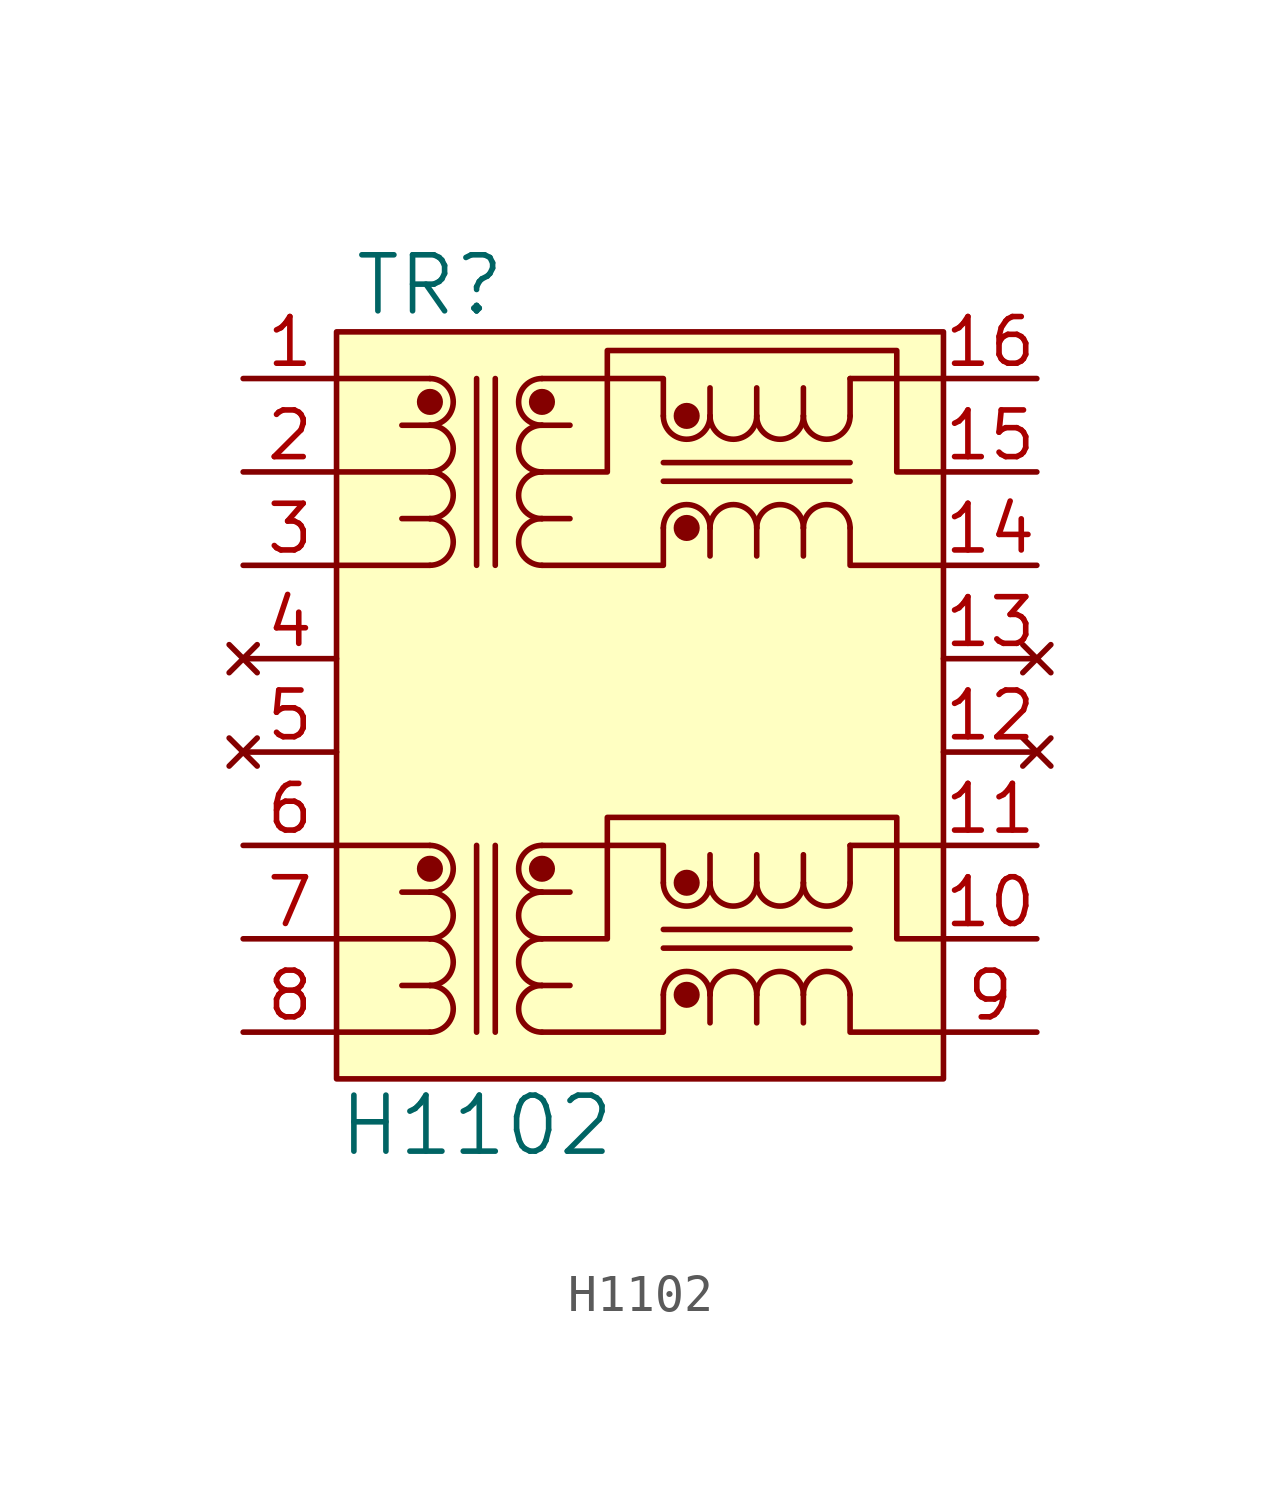
<source format=kicad_sym>
(kicad_symbol_lib
  (version 20231120)
  (generator "kicad_symbol_editor")
  (generator_version "8.0")
  (symbol "H1102"
    (pin_names
      (offset 1.016))
    (property "Reference" "TR"
      (at 2.54 21.59 0)
      (effects (font (size 1.524 1.524))))
    (property "Value" "H1102"
      (at 3.81 -1.27 0)
      (effects (font (size 1.524 1.524))))
    (symbol "H1102_1_1"
      (polyline (pts (xy 0 1.27) (xy 2.54 1.27)) (stroke (width 0) (type default)) (fill (type none)))
      (polyline (pts (xy 0 3.81) (xy 2.54 3.81)) (stroke (width 0) (type default)) (fill (type none)))
      (polyline (pts (xy 0 6.35) (xy 2.54 6.35)) (stroke (width 0) (type default)) (fill (type none)))
      (polyline (pts (xy 0 13.97) (xy 2.54 13.97)) (stroke (width 0) (type default)) (fill (type none)))
      (polyline (pts (xy 0 16.51) (xy 2.54 16.51)) (stroke (width 0) (type default)) (fill (type none)))
      (polyline (pts (xy 0 19.05) (xy 2.54 19.05)) (stroke (width 0) (type default)) (fill (type none)))
      (polyline (pts (xy 2.54 2.54) (xy 1.778 2.54)) (stroke (width 0) (type default)) (fill (type none)))
      (polyline (pts (xy 2.54 5.08) (xy 1.778 5.08)) (stroke (width 0) (type default)) (fill (type none)))
      (polyline (pts (xy 2.54 15.24) (xy 1.778 15.24)) (stroke (width 0) (type default)) (fill (type none)))
      (polyline (pts (xy 2.54 17.78) (xy 1.778 17.78)) (stroke (width 0) (type default)) (fill (type none)))
      (polyline (pts (xy 3.81 6.35) (xy 3.81 1.27)) (stroke (width 0) (type default)) (fill (type none)))
      (polyline (pts (xy 3.81 19.05) (xy 3.81 13.97)) (stroke (width 0) (type default)) (fill (type none)))
      (polyline (pts (xy 4.318 1.27) (xy 4.318 6.35)) (stroke (width 0) (type default)) (fill (type none)))
      (polyline (pts (xy 4.318 13.97) (xy 4.318 19.05)) (stroke (width 0) (type default)) (fill (type none)))
      (polyline (pts (xy 5.588 2.54) (xy 6.35 2.54)) (stroke (width 0) (type default)) (fill (type none)))
      (polyline (pts (xy 5.588 5.08) (xy 6.35 5.08)) (stroke (width 0) (type default)) (fill (type none)))
      (polyline (pts (xy 5.588 15.24) (xy 6.35 15.24)) (stroke (width 0) (type default)) (fill (type none)))
      (polyline (pts (xy 5.588 17.78) (xy 6.35 17.78)) (stroke (width 0) (type default)) (fill (type none)))
      (polyline (pts (xy 8.89 3.556) (xy 13.97 3.556)) (stroke (width 0) (type default)) (fill (type none)))
      (polyline (pts (xy 8.89 16.256) (xy 13.97 16.256)) (stroke (width 0) (type default)) (fill (type none)))
      (polyline (pts (xy 10.16 2.286) (xy 10.16 1.524)) (stroke (width 0) (type default)) (fill (type none)))
      (polyline (pts (xy 10.16 5.334) (xy 10.16 6.096)) (stroke (width 0) (type default)) (fill (type none)))
      (polyline (pts (xy 10.16 14.986) (xy 10.16 14.224)) (stroke (width 0) (type default)) (fill (type none)))
      (polyline (pts (xy 10.16 18.034) (xy 10.16 18.796)) (stroke (width 0) (type default)) (fill (type none)))
      (polyline (pts (xy 11.43 2.286) (xy 11.43 1.524)) (stroke (width 0) (type default)) (fill (type none)))
      (polyline (pts (xy 11.43 5.334) (xy 11.43 6.096)) (stroke (width 0) (type default)) (fill (type none)))
      (polyline (pts (xy 11.43 14.986) (xy 11.43 14.224)) (stroke (width 0) (type default)) (fill (type none)))
      (polyline (pts (xy 11.43 18.034) (xy 11.43 18.796)) (stroke (width 0) (type default)) (fill (type none)))
      (polyline (pts (xy 12.7 2.286) (xy 12.7 1.524)) (stroke (width 0) (type default)) (fill (type none)))
      (polyline (pts (xy 12.7 5.334) (xy 12.7 6.096)) (stroke (width 0) (type default)) (fill (type none)))
      (polyline (pts (xy 12.7 14.986) (xy 12.7 14.224)) (stroke (width 0) (type default)) (fill (type none)))
      (polyline (pts (xy 12.7 18.034) (xy 12.7 18.796)) (stroke (width 0) (type default)) (fill (type none)))
      (polyline (pts (xy 13.97 4.064) (xy 8.89 4.064)) (stroke (width 0) (type default)) (fill (type none)))
      (polyline (pts (xy 13.97 6.35) (xy 13.97 5.334)) (stroke (width 0) (type default)) (fill (type none)))
      (polyline (pts (xy 13.97 6.35) (xy 16.51 6.35)) (stroke (width 0) (type default)) (fill (type none)))
      (polyline (pts (xy 13.97 16.764) (xy 8.89 16.764)) (stroke (width 0) (type default)) (fill (type none)))
      (polyline (pts (xy 13.97 19.05) (xy 13.97 18.034)) (stroke (width 0) (type default)) (fill (type none)))
      (polyline (pts (xy 13.97 19.05) (xy 16.51 19.05)) (stroke (width 0) (type default)) (fill (type none)))
      (polyline (pts (xy 5.588 1.27) (xy 8.89 1.27) (xy 8.89 2.286)) (stroke (width 0) (type default)) (fill (type none)))
      (polyline (pts (xy 5.588 13.97) (xy 8.89 13.97) (xy 8.89 14.986)) (stroke (width 0) (type default)) (fill (type none)))
      (polyline (pts (xy 8.89 5.334) (xy 8.89 6.35) (xy 5.588 6.35)) (stroke (width 0) (type default)) (fill (type none)))
      (polyline (pts (xy 8.89 18.034) (xy 8.89 19.05) (xy 5.588 19.05)) (stroke (width 0) (type default)) (fill (type none)))
      (polyline (pts (xy 16.51 1.27) (xy 13.97 1.27) (xy 13.97 2.286)) (stroke (width 0) (type default)) (fill (type none)))
      (polyline (pts (xy 16.51 13.97) (xy 13.97 13.97) (xy 13.97 14.986)) (stroke (width 0) (type default)) (fill (type none)))
      (polyline (pts (xy 16.51 3.81) (xy 15.24 3.81) (xy 15.24 7.112) (xy 7.366 7.112) (xy 7.366 3.81) (xy 5.588 3.81)) (stroke (width 0) (type default)) (fill (type none)))
      (polyline (pts (xy 16.51 16.51) (xy 15.24 16.51) (xy 15.24 19.812) (xy 7.366 19.812) (xy 7.366 16.51) (xy 5.588 16.51)) (stroke (width 0) (type default)) (fill (type none)))
      (rectangle (start 0 0) (end 16.51 20.32) (stroke (width 0) (type default)) (fill (type background)))
      (arc (start 2.54 1.27) (mid 3.1722 1.905) (end 2.54 2.54) (stroke (width 0) (type default)) (fill (type none)))
      (arc (start 2.54 2.54) (mid 3.1722 3.175) (end 2.54 3.81) (stroke (width 0) (type default)) (fill (type none)))
      (arc (start 2.54 3.81) (mid 3.1722 4.445) (end 2.54 5.08) (stroke (width 0) (type default)) (fill (type none)))
      (arc (start 2.54 5.08) (mid 3.1722 5.715) (end 2.54 6.35) (stroke (width 0) (type default)) (fill (type none)))
      (circle (center 2.54 5.715) (radius 0.279) (stroke (width 0) (type default)) (fill (type outline)))
      (arc (start 2.54 13.97) (mid 3.1722 14.605) (end 2.54 15.24) (stroke (width 0) (type default)) (fill (type none)))
      (arc (start 2.54 15.24) (mid 3.1722 15.875) (end 2.54 16.51) (stroke (width 0) (type default)) (fill (type none)))
      (arc (start 2.54 16.51) (mid 3.1722 17.145) (end 2.54 17.78) (stroke (width 0) (type default)) (fill (type none)))
      (arc (start 2.54 17.78) (mid 3.1722 18.415) (end 2.54 19.05) (stroke (width 0) (type default)) (fill (type none)))
      (circle (center 2.54 18.415) (radius 0.279) (stroke (width 0) (type default)) (fill (type outline)))
      (arc (start 5.588 2.54) (mid 4.9557 1.905) (end 5.588 1.27) (stroke (width 0) (type default)) (fill (type none)))
      (arc (start 5.588 3.81) (mid 4.9557 3.175) (end 5.588 2.54) (stroke (width 0) (type default)) (fill (type none)))
      (arc (start 5.588 5.08) (mid 4.9557 4.445) (end 5.588 3.81) (stroke (width 0) (type default)) (fill (type none)))
      (circle (center 5.588 5.715) (radius 0.279) (stroke (width 0) (type default)) (fill (type outline)))
      (arc (start 5.588 6.35) (mid 4.9557 5.715) (end 5.588 5.08) (stroke (width 0) (type default)) (fill (type none)))
      (arc (start 5.588 15.24) (mid 4.9557 14.605) (end 5.588 13.97) (stroke (width 0) (type default)) (fill (type none)))
      (arc (start 5.588 16.51) (mid 4.9557 15.875) (end 5.588 15.24) (stroke (width 0) (type default)) (fill (type none)))
      (arc (start 5.588 17.78) (mid 4.9557 17.145) (end 5.588 16.51) (stroke (width 0) (type default)) (fill (type none)))
      (circle (center 5.588 18.415) (radius 0.279) (stroke (width 0) (type default)) (fill (type outline)))
      (arc (start 5.588 19.05) (mid 4.9557 18.415) (end 5.588 17.78) (stroke (width 0) (type default)) (fill (type none)))
      (arc (start 8.89 5.334) (mid 9.525 4.7017) (end 10.16 5.334) (stroke (width 0) (type default)) (fill (type none)))
      (arc (start 8.89 18.034) (mid 9.525 17.4017) (end 10.16 18.034) (stroke (width 0) (type default)) (fill (type none)))
      (circle (center 9.525 2.286) (radius 0.279) (stroke (width 0) (type default)) (fill (type outline)))
      (circle (center 9.525 5.334) (radius 0.279) (stroke (width 0) (type default)) (fill (type outline)))
      (circle (center 9.525 14.986) (radius 0.279) (stroke (width 0) (type default)) (fill (type outline)))
      (circle (center 9.525 18.034) (radius 0.279) (stroke (width 0) (type default)) (fill (type outline)))
      (arc (start 10.16 2.286) (mid 9.525 2.9182) (end 8.89 2.286) (stroke (width 0) (type default)) (fill (type none)))
      (arc (start 10.16 5.334) (mid 10.795 4.7017) (end 11.43 5.334) (stroke (width 0) (type default)) (fill (type none)))
      (arc (start 10.16 14.986) (mid 9.525 15.6182) (end 8.89 14.986) (stroke (width 0) (type default)) (fill (type none)))
      (arc (start 10.16 18.034) (mid 10.795 17.4017) (end 11.43 18.034) (stroke (width 0) (type default)) (fill (type none)))
      (arc (start 11.43 2.286) (mid 10.795 2.9182) (end 10.16 2.286) (stroke (width 0) (type default)) (fill (type none)))
      (arc (start 11.43 5.334) (mid 12.065 4.7017) (end 12.7 5.334) (stroke (width 0) (type default)) (fill (type none)))
      (arc (start 11.43 14.986) (mid 10.795 15.6182) (end 10.16 14.986) (stroke (width 0) (type default)) (fill (type none)))
      (arc (start 11.43 18.034) (mid 12.065 17.4017) (end 12.7 18.034) (stroke (width 0) (type default)) (fill (type none)))
      (arc (start 12.7 2.286) (mid 12.065 2.9182) (end 11.43 2.286) (stroke (width 0) (type default)) (fill (type none)))
      (arc (start 12.7 5.334) (mid 13.335 4.7017) (end 13.97 5.334) (stroke (width 0) (type default)) (fill (type none)))
      (arc (start 12.7 14.986) (mid 12.065 15.6182) (end 11.43 14.986) (stroke (width 0) (type default)) (fill (type none)))
      (arc (start 12.7 18.034) (mid 13.335 17.4017) (end 13.97 18.034) (stroke (width 0) (type default)) (fill (type none)))
      (arc (start 13.97 2.286) (mid 13.335 2.9182) (end 12.7 2.286) (stroke (width 0) (type default)) (fill (type none)))
      (arc (start 13.97 14.986) (mid 13.335 15.6182) (end 12.7 14.986) (stroke (width 0) (type default)) (fill (type none)))
      (pin bidirectional line (at -2.54 19.05 0) (length 2.54) (name "~" (effects (font (size 1.27 1.27)))) (number "1" (effects (font (size 1.27 1.27)))))
      (pin bidirectional line (at 19.05 3.81 180) (length 2.54) (name "~" (effects (font (size 1.27 1.27)))) (number "10" (effects (font (size 1.27 1.27)))))
      (pin bidirectional line (at 19.05 6.35 180) (length 2.54) (name "~" (effects (font (size 1.27 1.27)))) (number "11" (effects (font (size 1.27 1.27)))))
      (pin no_connect line (at 19.05 8.89 180) (length 2.54) (name "~" (effects (font (size 1.27 1.27)))) (number "12" (effects (font (size 1.27 1.27)))))
      (pin no_connect line (at 19.05 11.43 180) (length 2.54) (name "~" (effects (font (size 1.27 1.27)))) (number "13" (effects (font (size 1.27 1.27)))))
      (pin bidirectional line (at 19.05 13.97 180) (length 2.54) (name "~" (effects (font (size 1.27 1.27)))) (number "14" (effects (font (size 1.27 1.27)))))
      (pin bidirectional line (at 19.05 16.51 180) (length 2.54) (name "~" (effects (font (size 1.27 1.27)))) (number "15" (effects (font (size 1.27 1.27)))))
      (pin bidirectional line (at 19.05 19.05 180) (length 2.54) (name "~" (effects (font (size 1.27 1.27)))) (number "16" (effects (font (size 1.27 1.27)))))
      (pin bidirectional line (at -2.54 16.51 0) (length 2.54) (name "~" (effects (font (size 1.27 1.27)))) (number "2" (effects (font (size 1.27 1.27)))))
      (pin bidirectional line (at -2.54 13.97 0) (length 2.54) (name "~" (effects (font (size 1.27 1.27)))) (number "3" (effects (font (size 1.27 1.27)))))
      (pin no_connect line (at -2.54 11.43 0) (length 2.54) (name "~" (effects (font (size 1.27 1.27)))) (number "4" (effects (font (size 1.27 1.27)))))
      (pin no_connect line (at -2.54 8.89 0) (length 2.54) (name "~" (effects (font (size 1.27 1.27)))) (number "5" (effects (font (size 1.27 1.27)))))
      (pin bidirectional line (at -2.54 6.35 0) (length 2.54) (name "~" (effects (font (size 1.27 1.27)))) (number "6" (effects (font (size 1.27 1.27)))))
      (pin bidirectional line (at -2.54 3.81 0) (length 2.54) (name "~" (effects (font (size 1.27 1.27)))) (number "7" (effects (font (size 1.27 1.27)))))
      (pin bidirectional line (at -2.54 1.27 0) (length 2.54) (name "~" (effects (font (size 1.27 1.27)))) (number "8" (effects (font (size 1.27 1.27)))))
      (pin bidirectional line (at 19.05 1.27 180) (length 2.54) (name "~" (effects (font (size 1.27 1.27)))) (number "9" (effects (font (size 1.27 1.27))))))))
</source>
